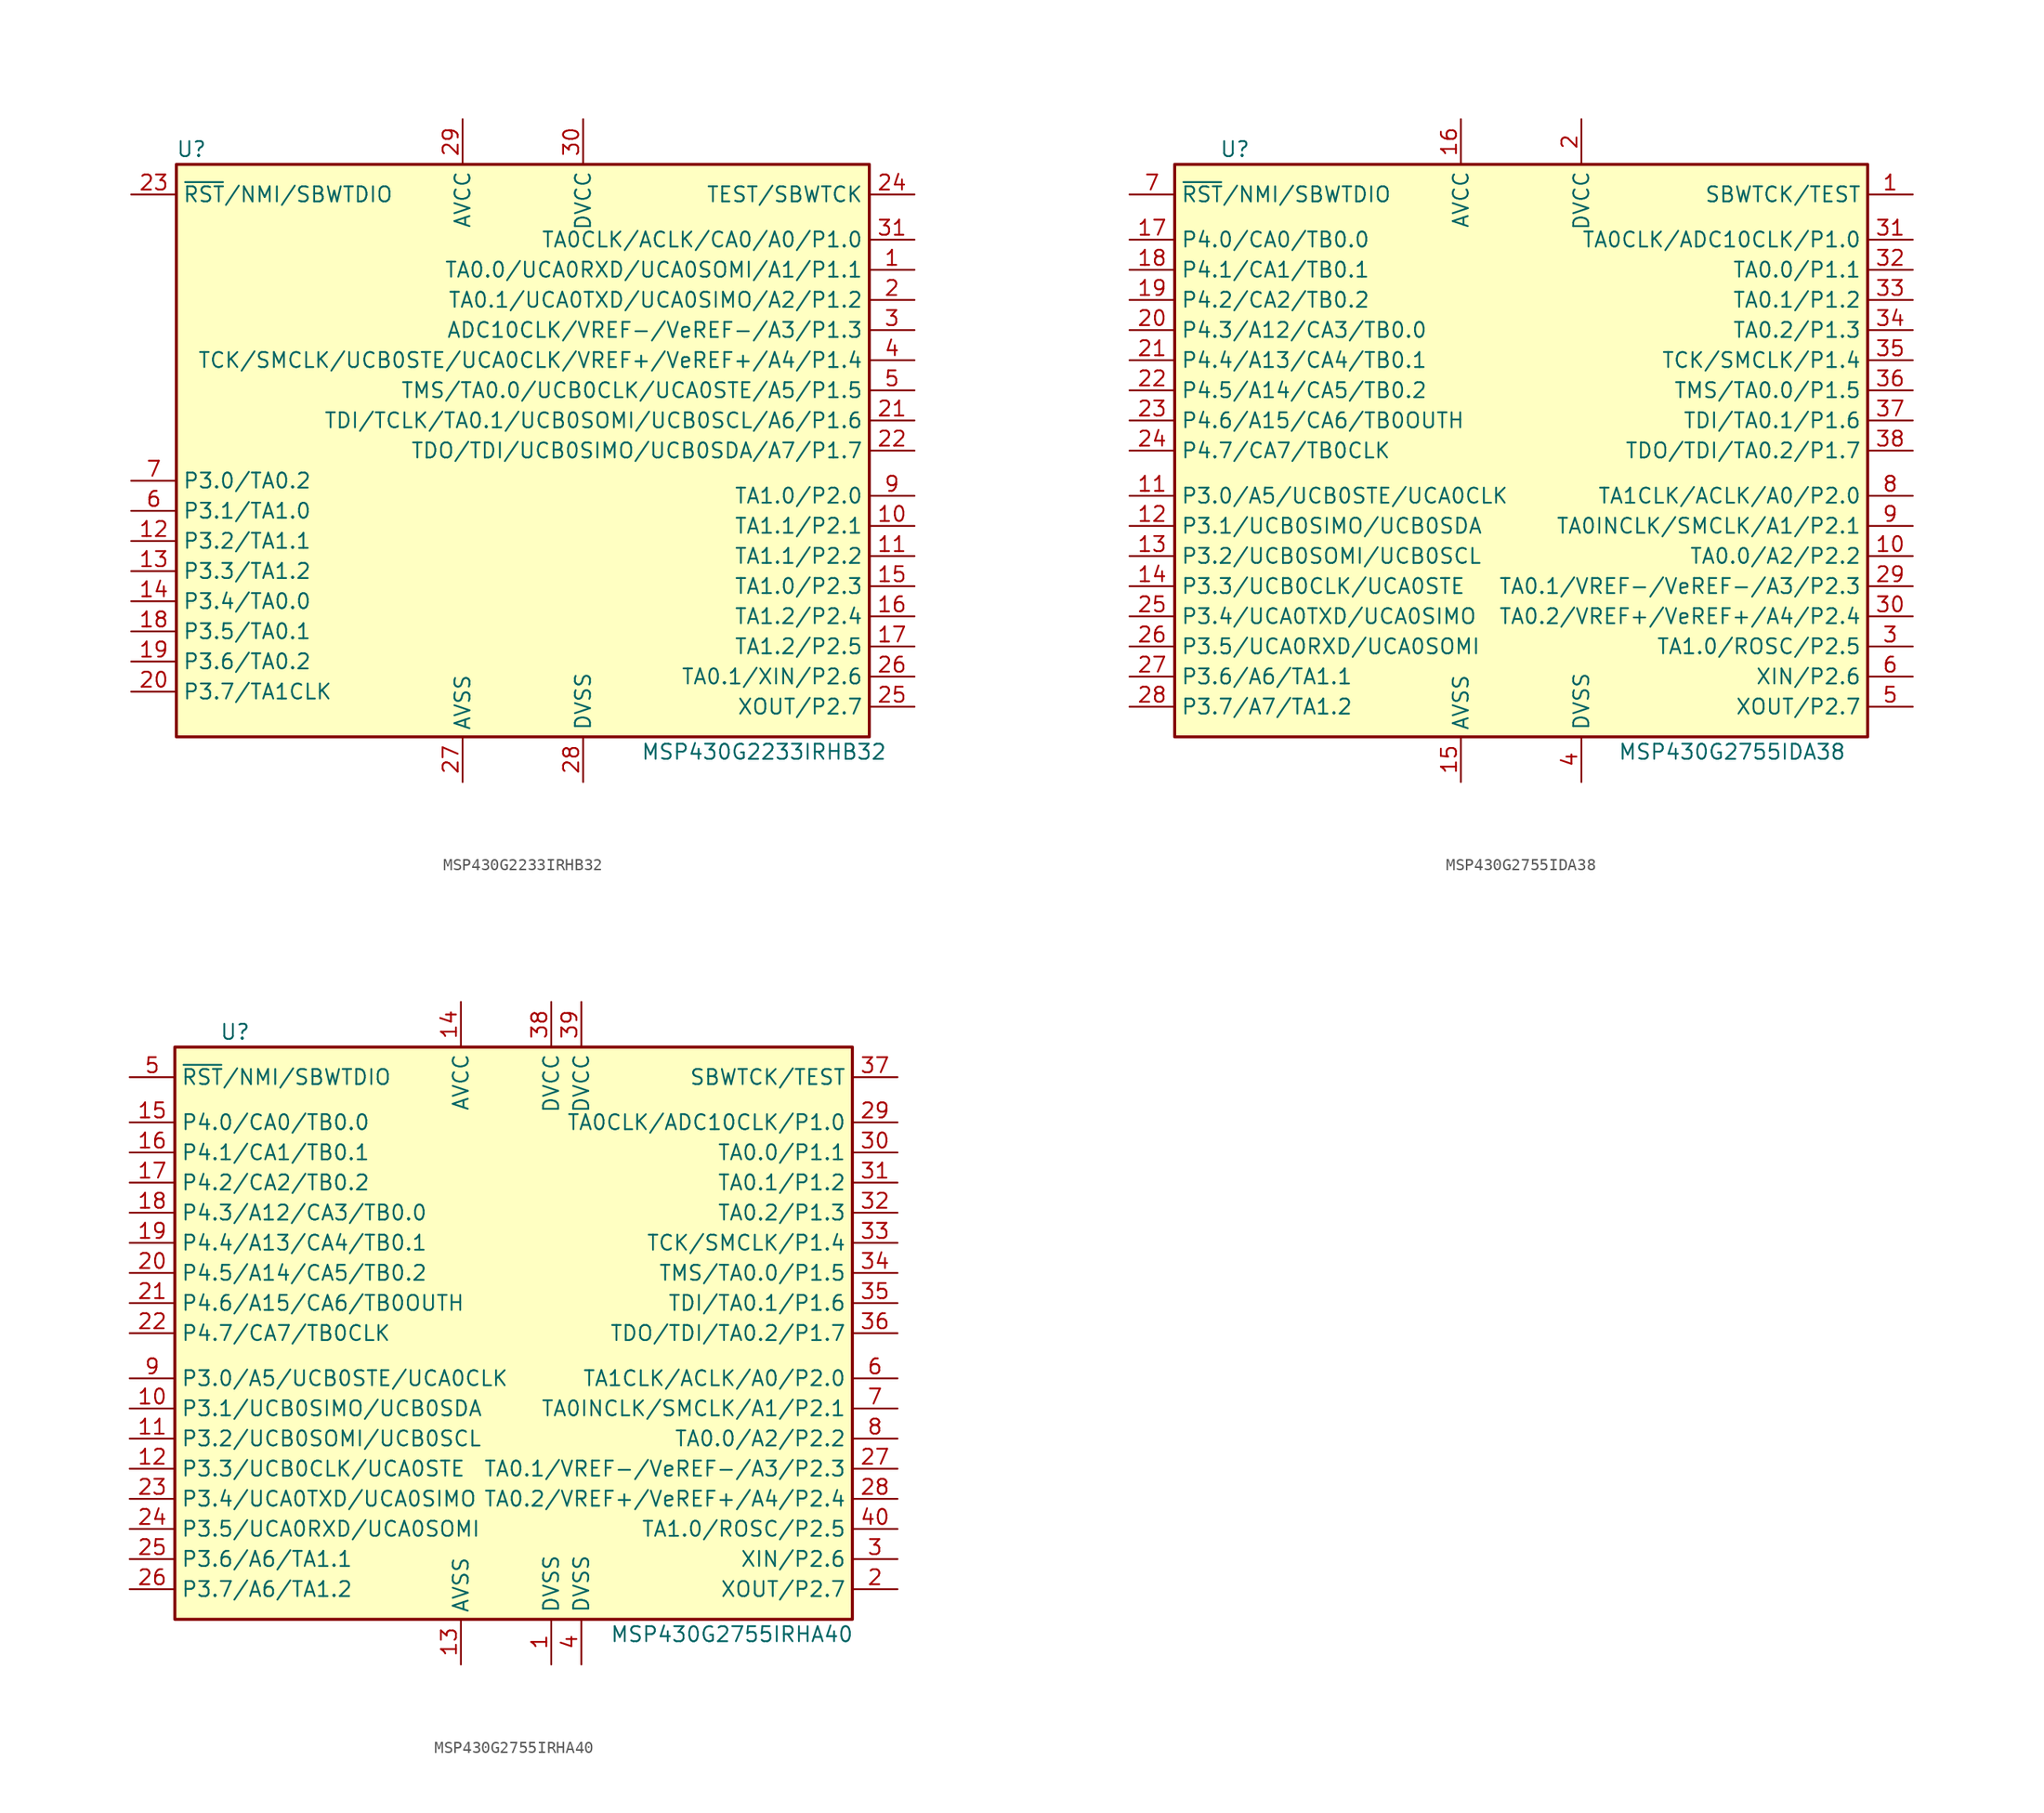
<source format=kicad_sym>
(kicad_symbol_lib
  (version 20201005)
  (generator kicad_symbol_editor)
  (symbol "MSP430G2233IRHB32"
    (property "Reference" "U"
      (at -27.94 25.4 0)
      (effects (font (size 1.27 1.27))))
    (property "Value" "MSP430G2233IRHB32"
      (at 20.32 -25.4 0)
      (effects (font (size 1.27 1.27))))
    (symbol "MSP430G2233IRHB32_0_1"
      (rectangle (start -29.21 24.13) (end 29.21 -24.13) (stroke (width 0.254)) (fill (type background))))
    (symbol "MSP430G2233IRHB32_1_1"
      (pin bidirectional line (at 33.02 15.24 180) (length 3.81) (name "TA0.0/UCA0RXD/UCA0SOMI/A1/P1.1" (effects (font (size 1.27 1.27)))) (number "1" (effects (font (size 1.27 1.27)))))
      (pin bidirectional line (at 33.02 -6.35 180) (length 3.81) (name "TA1.1/P2.1" (effects (font (size 1.27 1.27)))) (number "10" (effects (font (size 1.27 1.27)))))
      (pin bidirectional line (at 33.02 -8.89 180) (length 3.81) (name "TA1.1/P2.2" (effects (font (size 1.27 1.27)))) (number "11" (effects (font (size 1.27 1.27)))))
      (pin bidirectional line (at -33.02 -7.62 0) (length 3.81) (name "P3.2/TA1.1" (effects (font (size 1.27 1.27)))) (number "12" (effects (font (size 1.27 1.27)))))
      (pin bidirectional line (at -33.02 -10.16 0) (length 3.81) (name "P3.3/TA1.2" (effects (font (size 1.27 1.27)))) (number "13" (effects (font (size 1.27 1.27)))))
      (pin bidirectional line (at -33.02 -12.7 0) (length 3.81) (name "P3.4/TA0.0" (effects (font (size 1.27 1.27)))) (number "14" (effects (font (size 1.27 1.27)))))
      (pin bidirectional line (at 33.02 -11.43 180) (length 3.81) (name "TA1.0/P2.3" (effects (font (size 1.27 1.27)))) (number "15" (effects (font (size 1.27 1.27)))))
      (pin bidirectional line (at 33.02 -13.97 180) (length 3.81) (name "TA1.2/P2.4" (effects (font (size 1.27 1.27)))) (number "16" (effects (font (size 1.27 1.27)))))
      (pin bidirectional line (at 33.02 -16.51 180) (length 3.81) (name "TA1.2/P2.5" (effects (font (size 1.27 1.27)))) (number "17" (effects (font (size 1.27 1.27)))))
      (pin bidirectional line (at -33.02 -15.24 0) (length 3.81) (name "P3.5/TA0.1" (effects (font (size 1.27 1.27)))) (number "18" (effects (font (size 1.27 1.27)))))
      (pin bidirectional line (at -33.02 -17.78 0) (length 3.81) (name "P3.6/TA0.2" (effects (font (size 1.27 1.27)))) (number "19" (effects (font (size 1.27 1.27)))))
      (pin bidirectional line (at 33.02 12.7 180) (length 3.81) (name "TA0.1/UCA0TXD/UCA0SIMO/A2/P1.2" (effects (font (size 1.27 1.27)))) (number "2" (effects (font (size 1.27 1.27)))))
      (pin bidirectional line (at -33.02 -20.32 0) (length 3.81) (name "P3.7/TA1CLK" (effects (font (size 1.27 1.27)))) (number "20" (effects (font (size 1.27 1.27)))))
      (pin bidirectional line (at 33.02 2.54 180) (length 3.81) (name "TDI/TCLK/TA0.1/UCB0SOMI/UCB0SCL/A6/P1.6" (effects (font (size 1.27 1.27)))) (number "21" (effects (font (size 1.27 1.27)))))
      (pin bidirectional line (at 33.02 0 180) (length 3.81) (name "TDO/TDI/UCB0SIMO/UCB0SDA/A7/P1.7" (effects (font (size 1.27 1.27)))) (number "22" (effects (font (size 1.27 1.27)))))
      (pin input line (at -33.02 21.59 0) (length 3.81) (name "~RST~/NMI/SBWTDIO" (effects (font (size 1.27 1.27)))) (number "23" (effects (font (size 1.27 1.27)))))
      (pin input line (at 33.02 21.59 180) (length 3.81) (name "TEST/SBWTCK" (effects (font (size 1.27 1.27)))) (number "24" (effects (font (size 1.27 1.27)))))
      (pin bidirectional line (at 33.02 -21.59 180) (length 3.81) (name "XOUT/P2.7" (effects (font (size 1.27 1.27)))) (number "25" (effects (font (size 1.27 1.27)))))
      (pin bidirectional line (at 33.02 -19.05 180) (length 3.81) (name "TA0.1/XIN/P2.6" (effects (font (size 1.27 1.27)))) (number "26" (effects (font (size 1.27 1.27)))))
      (pin power_in line (at -5.08 -27.94 90) (length 3.81) (name "AVSS" (effects (font (size 1.27 1.27)))) (number "27" (effects (font (size 1.27 1.27)))))
      (pin power_in line (at 5.08 -27.94 90) (length 3.81) (name "DVSS" (effects (font (size 1.27 1.27)))) (number "28" (effects (font (size 1.27 1.27)))))
      (pin power_in line (at -5.08 27.94 270) (length 3.81) (name "AVCC" (effects (font (size 1.27 1.27)))) (number "29" (effects (font (size 1.27 1.27)))))
      (pin bidirectional line (at 33.02 10.16 180) (length 3.81) (name "ADC10CLK/VREF-/VeREF-/A3/P1.3" (effects (font (size 1.27 1.27)))) (number "3" (effects (font (size 1.27 1.27)))))
      (pin power_in line (at 5.08 27.94 270) (length 3.81) (name "DVCC" (effects (font (size 1.27 1.27)))) (number "30" (effects (font (size 1.27 1.27)))))
      (pin bidirectional line (at 33.02 17.78 180) (length 3.81) (name "TA0CLK/ACLK/CA0/A0/P1.0" (effects (font (size 1.27 1.27)))) (number "31" (effects (font (size 1.27 1.27)))))
      (pin bidirectional line (at 33.02 7.62 180) (length 3.81) (name "TCK/SMCLK/UCB0STE/UCA0CLK/VREF+/VeREF+/A4/P1.4" (effects (font (size 1.27 1.27)))) (number "4" (effects (font (size 1.27 1.27)))))
      (pin bidirectional line (at 33.02 5.08 180) (length 3.81) (name "TMS/TA0.0/UCB0CLK/UCA0STE/A5/P1.5" (effects (font (size 1.27 1.27)))) (number "5" (effects (font (size 1.27 1.27)))))
      (pin bidirectional line (at -33.02 -5.08 0) (length 3.81) (name "P3.1/TA1.0" (effects (font (size 1.27 1.27)))) (number "6" (effects (font (size 1.27 1.27)))))
      (pin bidirectional line (at -33.02 -2.54 0) (length 3.81) (name "P3.0/TA0.2" (effects (font (size 1.27 1.27)))) (number "7" (effects (font (size 1.27 1.27)))))
      (pin bidirectional line (at 33.02 -3.81 180) (length 3.81) (name "TA1.0/P2.0" (effects (font (size 1.27 1.27)))) (number "9" (effects (font (size 1.27 1.27)))))))
  (symbol "MSP430G2755IDA38"
    (property "Reference" "U"
      (at -24.13 25.4 0)
      (effects (font (size 1.27 1.27))))
    (property "Value" "MSP430G2755IDA38"
      (at 17.78 -25.4 0)
      (effects (font (size 1.27 1.27))))
    (symbol "MSP430G2755IDA38_0_1"
      (rectangle (start -29.21 24.13) (end 29.21 -24.13) (stroke (width 0.254)) (fill (type background))))
    (symbol "MSP430G2755IDA38_1_1"
      (pin input line (at 33.02 21.59 180) (length 3.81) (name "SBWTCK/TEST" (effects (font (size 1.27 1.27)))) (number "1" (effects (font (size 1.27 1.27)))))
      (pin bidirectional line (at 33.02 -8.89 180) (length 3.81) (name "TA0.0/A2/P2.2" (effects (font (size 1.27 1.27)))) (number "10" (effects (font (size 1.27 1.27)))))
      (pin bidirectional line (at -33.02 -3.81 0) (length 3.81) (name "P3.0/A5/UCB0STE/UCA0CLK" (effects (font (size 1.27 1.27)))) (number "11" (effects (font (size 1.27 1.27)))))
      (pin bidirectional line (at -33.02 -6.35 0) (length 3.81) (name "P3.1/UCB0SIMO/UCB0SDA" (effects (font (size 1.27 1.27)))) (number "12" (effects (font (size 1.27 1.27)))))
      (pin bidirectional line (at -33.02 -8.89 0) (length 3.81) (name "P3.2/UCB0SOMI/UCB0SCL" (effects (font (size 1.27 1.27)))) (number "13" (effects (font (size 1.27 1.27)))))
      (pin bidirectional line (at -33.02 -11.43 0) (length 3.81) (name "P3.3/UCB0CLK/UCA0STE" (effects (font (size 1.27 1.27)))) (number "14" (effects (font (size 1.27 1.27)))))
      (pin power_in line (at -5.08 -27.94 90) (length 3.81) (name "AVSS" (effects (font (size 1.27 1.27)))) (number "15" (effects (font (size 1.27 1.27)))))
      (pin power_in line (at -5.08 27.94 270) (length 3.81) (name "AVCC" (effects (font (size 1.27 1.27)))) (number "16" (effects (font (size 1.27 1.27)))))
      (pin bidirectional line (at -33.02 17.78 0) (length 3.81) (name "P4.0/CA0/TB0.0" (effects (font (size 1.27 1.27)))) (number "17" (effects (font (size 1.27 1.27)))))
      (pin bidirectional line (at -33.02 15.24 0) (length 3.81) (name "P4.1/CA1/TB0.1" (effects (font (size 1.27 1.27)))) (number "18" (effects (font (size 1.27 1.27)))))
      (pin bidirectional line (at -33.02 12.7 0) (length 3.81) (name "P4.2/CA2/TB0.2" (effects (font (size 1.27 1.27)))) (number "19" (effects (font (size 1.27 1.27)))))
      (pin power_in line (at 5.08 27.94 270) (length 3.81) (name "DVCC" (effects (font (size 1.27 1.27)))) (number "2" (effects (font (size 1.27 1.27)))))
      (pin bidirectional line (at -33.02 10.16 0) (length 3.81) (name "P4.3/A12/CA3/TB0.0" (effects (font (size 1.27 1.27)))) (number "20" (effects (font (size 1.27 1.27)))))
      (pin bidirectional line (at -33.02 7.62 0) (length 3.81) (name "P4.4/A13/CA4/TB0.1" (effects (font (size 1.27 1.27)))) (number "21" (effects (font (size 1.27 1.27)))))
      (pin bidirectional line (at -33.02 5.08 0) (length 3.81) (name "P4.5/A14/CA5/TB0.2" (effects (font (size 1.27 1.27)))) (number "22" (effects (font (size 1.27 1.27)))))
      (pin bidirectional line (at -33.02 2.54 0) (length 3.81) (name "P4.6/A15/CA6/TB0OUTH" (effects (font (size 1.27 1.27)))) (number "23" (effects (font (size 1.27 1.27)))))
      (pin bidirectional line (at -33.02 0 0) (length 3.81) (name "P4.7/CA7/TB0CLK" (effects (font (size 1.27 1.27)))) (number "24" (effects (font (size 1.27 1.27)))))
      (pin bidirectional line (at -33.02 -13.97 0) (length 3.81) (name "P3.4/UCA0TXD/UCA0SIMO" (effects (font (size 1.27 1.27)))) (number "25" (effects (font (size 1.27 1.27)))))
      (pin bidirectional line (at -33.02 -16.51 0) (length 3.81) (name "P3.5/UCA0RXD/UCA0SOMI" (effects (font (size 1.27 1.27)))) (number "26" (effects (font (size 1.27 1.27)))))
      (pin bidirectional line (at -33.02 -19.05 0) (length 3.81) (name "P3.6/A6/TA1.1" (effects (font (size 1.27 1.27)))) (number "27" (effects (font (size 1.27 1.27)))))
      (pin bidirectional line (at -33.02 -21.59 0) (length 3.81) (name "P3.7/A7/TA1.2" (effects (font (size 1.27 1.27)))) (number "28" (effects (font (size 1.27 1.27)))))
      (pin bidirectional line (at 33.02 -11.43 180) (length 3.81) (name "TA0.1/VREF-/VeREF-/A3/P2.3" (effects (font (size 1.27 1.27)))) (number "29" (effects (font (size 1.27 1.27)))))
      (pin bidirectional line (at 33.02 -16.51 180) (length 3.81) (name "TA1.0/ROSC/P2.5" (effects (font (size 1.27 1.27)))) (number "3" (effects (font (size 1.27 1.27)))))
      (pin bidirectional line (at 33.02 -13.97 180) (length 3.81) (name "TA0.2/VREF+/VeREF+/A4/P2.4" (effects (font (size 1.27 1.27)))) (number "30" (effects (font (size 1.27 1.27)))))
      (pin bidirectional line (at 33.02 17.78 180) (length 3.81) (name "TA0CLK/ADC10CLK/P1.0" (effects (font (size 1.27 1.27)))) (number "31" (effects (font (size 1.27 1.27)))))
      (pin bidirectional line (at 33.02 15.24 180) (length 3.81) (name "TA0.0/P1.1" (effects (font (size 1.27 1.27)))) (number "32" (effects (font (size 1.27 1.27)))))
      (pin bidirectional line (at 33.02 12.7 180) (length 3.81) (name "TA0.1/P1.2" (effects (font (size 1.27 1.27)))) (number "33" (effects (font (size 1.27 1.27)))))
      (pin bidirectional line (at 33.02 10.16 180) (length 3.81) (name "TA0.2/P1.3" (effects (font (size 1.27 1.27)))) (number "34" (effects (font (size 1.27 1.27)))))
      (pin bidirectional line (at 33.02 7.62 180) (length 3.81) (name "TCK/SMCLK/P1.4" (effects (font (size 1.27 1.27)))) (number "35" (effects (font (size 1.27 1.27)))))
      (pin bidirectional line (at 33.02 5.08 180) (length 3.81) (name "TMS/TA0.0/P1.5" (effects (font (size 1.27 1.27)))) (number "36" (effects (font (size 1.27 1.27)))))
      (pin bidirectional line (at 33.02 2.54 180) (length 3.81) (name "TDI/TA0.1/P1.6" (effects (font (size 1.27 1.27)))) (number "37" (effects (font (size 1.27 1.27)))))
      (pin bidirectional line (at 33.02 0 180) (length 3.81) (name "TDO/TDI/TA0.2/P1.7" (effects (font (size 1.27 1.27)))) (number "38" (effects (font (size 1.27 1.27)))))
      (pin power_in line (at 5.08 -27.94 90) (length 3.81) (name "DVSS" (effects (font (size 1.27 1.27)))) (number "4" (effects (font (size 1.27 1.27)))))
      (pin bidirectional line (at 33.02 -21.59 180) (length 3.81) (name "XOUT/P2.7" (effects (font (size 1.27 1.27)))) (number "5" (effects (font (size 1.27 1.27)))))
      (pin bidirectional line (at 33.02 -19.05 180) (length 3.81) (name "XIN/P2.6" (effects (font (size 1.27 1.27)))) (number "6" (effects (font (size 1.27 1.27)))))
      (pin input line (at -33.02 21.59 0) (length 3.81) (name "~RST~/NMI/SBWTDIO" (effects (font (size 1.27 1.27)))) (number "7" (effects (font (size 1.27 1.27)))))
      (pin bidirectional line (at 33.02 -3.81 180) (length 3.81) (name "TA1CLK/ACLK/A0/P2.0" (effects (font (size 1.27 1.27)))) (number "8" (effects (font (size 1.27 1.27)))))
      (pin bidirectional line (at 33.02 -6.35 180) (length 3.81) (name "TA0INCLK/SMCLK/A1/P2.1" (effects (font (size 1.27 1.27)))) (number "9" (effects (font (size 1.27 1.27)))))))
  (symbol "MSP430G2755IRHA40"
    (property "Reference" "U"
      (at -24.13 25.4 0)
      (effects (font (size 1.27 1.27))))
    (property "Value" "MSP430G2755IRHA40"
      (at 17.78 -25.4 0)
      (effects (font (size 1.27 1.27))))
    (symbol "MSP430G2755IRHA40_0_1"
      (rectangle (start -29.21 24.13) (end 27.94 -24.13) (stroke (width 0.254)) (fill (type background))))
    (symbol "MSP430G2755IRHA40_1_1"
      (pin power_in line (at 2.54 -27.94 90) (length 3.81) (name "DVSS" (effects (font (size 1.27 1.27)))) (number "1" (effects (font (size 1.27 1.27)))))
      (pin bidirectional line (at -33.02 -6.35 0) (length 3.81) (name "P3.1/UCB0SIMO/UCB0SDA" (effects (font (size 1.27 1.27)))) (number "10" (effects (font (size 1.27 1.27)))))
      (pin bidirectional line (at -33.02 -8.89 0) (length 3.81) (name "P3.2/UCB0SOMI/UCB0SCL" (effects (font (size 1.27 1.27)))) (number "11" (effects (font (size 1.27 1.27)))))
      (pin bidirectional line (at -33.02 -11.43 0) (length 3.81) (name "P3.3/UCB0CLK/UCA0STE" (effects (font (size 1.27 1.27)))) (number "12" (effects (font (size 1.27 1.27)))))
      (pin power_in line (at -5.08 -27.94 90) (length 3.81) (name "AVSS" (effects (font (size 1.27 1.27)))) (number "13" (effects (font (size 1.27 1.27)))))
      (pin power_in line (at -5.08 27.94 270) (length 3.81) (name "AVCC" (effects (font (size 1.27 1.27)))) (number "14" (effects (font (size 1.27 1.27)))))
      (pin bidirectional line (at -33.02 17.78 0) (length 3.81) (name "P4.0/CA0/TB0.0" (effects (font (size 1.27 1.27)))) (number "15" (effects (font (size 1.27 1.27)))))
      (pin bidirectional line (at -33.02 15.24 0) (length 3.81) (name "P4.1/CA1/TB0.1" (effects (font (size 1.27 1.27)))) (number "16" (effects (font (size 1.27 1.27)))))
      (pin bidirectional line (at -33.02 12.7 0) (length 3.81) (name "P4.2/CA2/TB0.2" (effects (font (size 1.27 1.27)))) (number "17" (effects (font (size 1.27 1.27)))))
      (pin bidirectional line (at -33.02 10.16 0) (length 3.81) (name "P4.3/A12/CA3/TB0.0" (effects (font (size 1.27 1.27)))) (number "18" (effects (font (size 1.27 1.27)))))
      (pin bidirectional line (at -33.02 7.62 0) (length 3.81) (name "P4.4/A13/CA4/TB0.1" (effects (font (size 1.27 1.27)))) (number "19" (effects (font (size 1.27 1.27)))))
      (pin bidirectional line (at 31.75 -21.59 180) (length 3.81) (name "XOUT/P2.7" (effects (font (size 1.27 1.27)))) (number "2" (effects (font (size 1.27 1.27)))))
      (pin bidirectional line (at -33.02 5.08 0) (length 3.81) (name "P4.5/A14/CA5/TB0.2" (effects (font (size 1.27 1.27)))) (number "20" (effects (font (size 1.27 1.27)))))
      (pin bidirectional line (at -33.02 2.54 0) (length 3.81) (name "P4.6/A15/CA6/TB0OUTH" (effects (font (size 1.27 1.27)))) (number "21" (effects (font (size 1.27 1.27)))))
      (pin bidirectional line (at -33.02 0 0) (length 3.81) (name "P4.7/CA7/TB0CLK" (effects (font (size 1.27 1.27)))) (number "22" (effects (font (size 1.27 1.27)))))
      (pin bidirectional line (at -33.02 -13.97 0) (length 3.81) (name "P3.4/UCA0TXD/UCA0SIMO" (effects (font (size 1.27 1.27)))) (number "23" (effects (font (size 1.27 1.27)))))
      (pin bidirectional line (at -33.02 -16.51 0) (length 3.81) (name "P3.5/UCA0RXD/UCA0SOMI" (effects (font (size 1.27 1.27)))) (number "24" (effects (font (size 1.27 1.27)))))
      (pin bidirectional line (at -33.02 -19.05 0) (length 3.81) (name "P3.6/A6/TA1.1" (effects (font (size 1.27 1.27)))) (number "25" (effects (font (size 1.27 1.27)))))
      (pin bidirectional line (at -33.02 -21.59 0) (length 3.81) (name "P3.7/A6/TA1.2" (effects (font (size 1.27 1.27)))) (number "26" (effects (font (size 1.27 1.27)))))
      (pin bidirectional line (at 31.75 -11.43 180) (length 3.81) (name "TA0.1/VREF-/VeREF-/A3/P2.3" (effects (font (size 1.27 1.27)))) (number "27" (effects (font (size 1.27 1.27)))))
      (pin bidirectional line (at 31.75 -13.97 180) (length 3.81) (name "TA0.2/VREF+/VeREF+/A4/P2.4" (effects (font (size 1.27 1.27)))) (number "28" (effects (font (size 1.27 1.27)))))
      (pin bidirectional line (at 31.75 17.78 180) (length 3.81) (name "TA0CLK/ADC10CLK/P1.0" (effects (font (size 1.27 1.27)))) (number "29" (effects (font (size 1.27 1.27)))))
      (pin bidirectional line (at 31.75 -19.05 180) (length 3.81) (name "XIN/P2.6" (effects (font (size 1.27 1.27)))) (number "3" (effects (font (size 1.27 1.27)))))
      (pin bidirectional line (at 31.75 15.24 180) (length 3.81) (name "TA0.0/P1.1" (effects (font (size 1.27 1.27)))) (number "30" (effects (font (size 1.27 1.27)))))
      (pin bidirectional line (at 31.75 12.7 180) (length 3.81) (name "TA0.1/P1.2" (effects (font (size 1.27 1.27)))) (number "31" (effects (font (size 1.27 1.27)))))
      (pin bidirectional line (at 31.75 10.16 180) (length 3.81) (name "TA0.2/P1.3" (effects (font (size 1.27 1.27)))) (number "32" (effects (font (size 1.27 1.27)))))
      (pin bidirectional line (at 31.75 7.62 180) (length 3.81) (name "TCK/SMCLK/P1.4" (effects (font (size 1.27 1.27)))) (number "33" (effects (font (size 1.27 1.27)))))
      (pin bidirectional line (at 31.75 5.08 180) (length 3.81) (name "TMS/TA0.0/P1.5" (effects (font (size 1.27 1.27)))) (number "34" (effects (font (size 1.27 1.27)))))
      (pin bidirectional line (at 31.75 2.54 180) (length 3.81) (name "TDI/TA0.1/P1.6" (effects (font (size 1.27 1.27)))) (number "35" (effects (font (size 1.27 1.27)))))
      (pin bidirectional line (at 31.75 0 180) (length 3.81) (name "TDO/TDI/TA0.2/P1.7" (effects (font (size 1.27 1.27)))) (number "36" (effects (font (size 1.27 1.27)))))
      (pin input line (at 31.75 21.59 180) (length 3.81) (name "SBWTCK/TEST" (effects (font (size 1.27 1.27)))) (number "37" (effects (font (size 1.27 1.27)))))
      (pin power_in line (at 2.54 27.94 270) (length 3.81) (name "DVCC" (effects (font (size 1.27 1.27)))) (number "38" (effects (font (size 1.27 1.27)))))
      (pin power_in line (at 5.08 27.94 270) (length 3.81) (name "DVCC" (effects (font (size 1.27 1.27)))) (number "39" (effects (font (size 1.27 1.27)))))
      (pin power_in line (at 5.08 -27.94 90) (length 3.81) (name "DVSS" (effects (font (size 1.27 1.27)))) (number "4" (effects (font (size 1.27 1.27)))))
      (pin bidirectional line (at 31.75 -16.51 180) (length 3.81) (name "TA1.0/ROSC/P2.5" (effects (font (size 1.27 1.27)))) (number "40" (effects (font (size 1.27 1.27)))))
      (pin input line (at -33.02 21.59 0) (length 3.81) (name "~RST~/NMI/SBWTDIO" (effects (font (size 1.27 1.27)))) (number "5" (effects (font (size 1.27 1.27)))))
      (pin bidirectional line (at 31.75 -3.81 180) (length 3.81) (name "TA1CLK/ACLK/A0/P2.0" (effects (font (size 1.27 1.27)))) (number "6" (effects (font (size 1.27 1.27)))))
      (pin bidirectional line (at 31.75 -6.35 180) (length 3.81) (name "TA0INCLK/SMCLK/A1/P2.1" (effects (font (size 1.27 1.27)))) (number "7" (effects (font (size 1.27 1.27)))))
      (pin bidirectional line (at 31.75 -8.89 180) (length 3.81) (name "TA0.0/A2/P2.2" (effects (font (size 1.27 1.27)))) (number "8" (effects (font (size 1.27 1.27)))))
      (pin bidirectional line (at -33.02 -3.81 0) (length 3.81) (name "P3.0/A5/UCB0STE/UCA0CLK" (effects (font (size 1.27 1.27)))) (number "9" (effects (font (size 1.27 1.27))))))))
</source>
